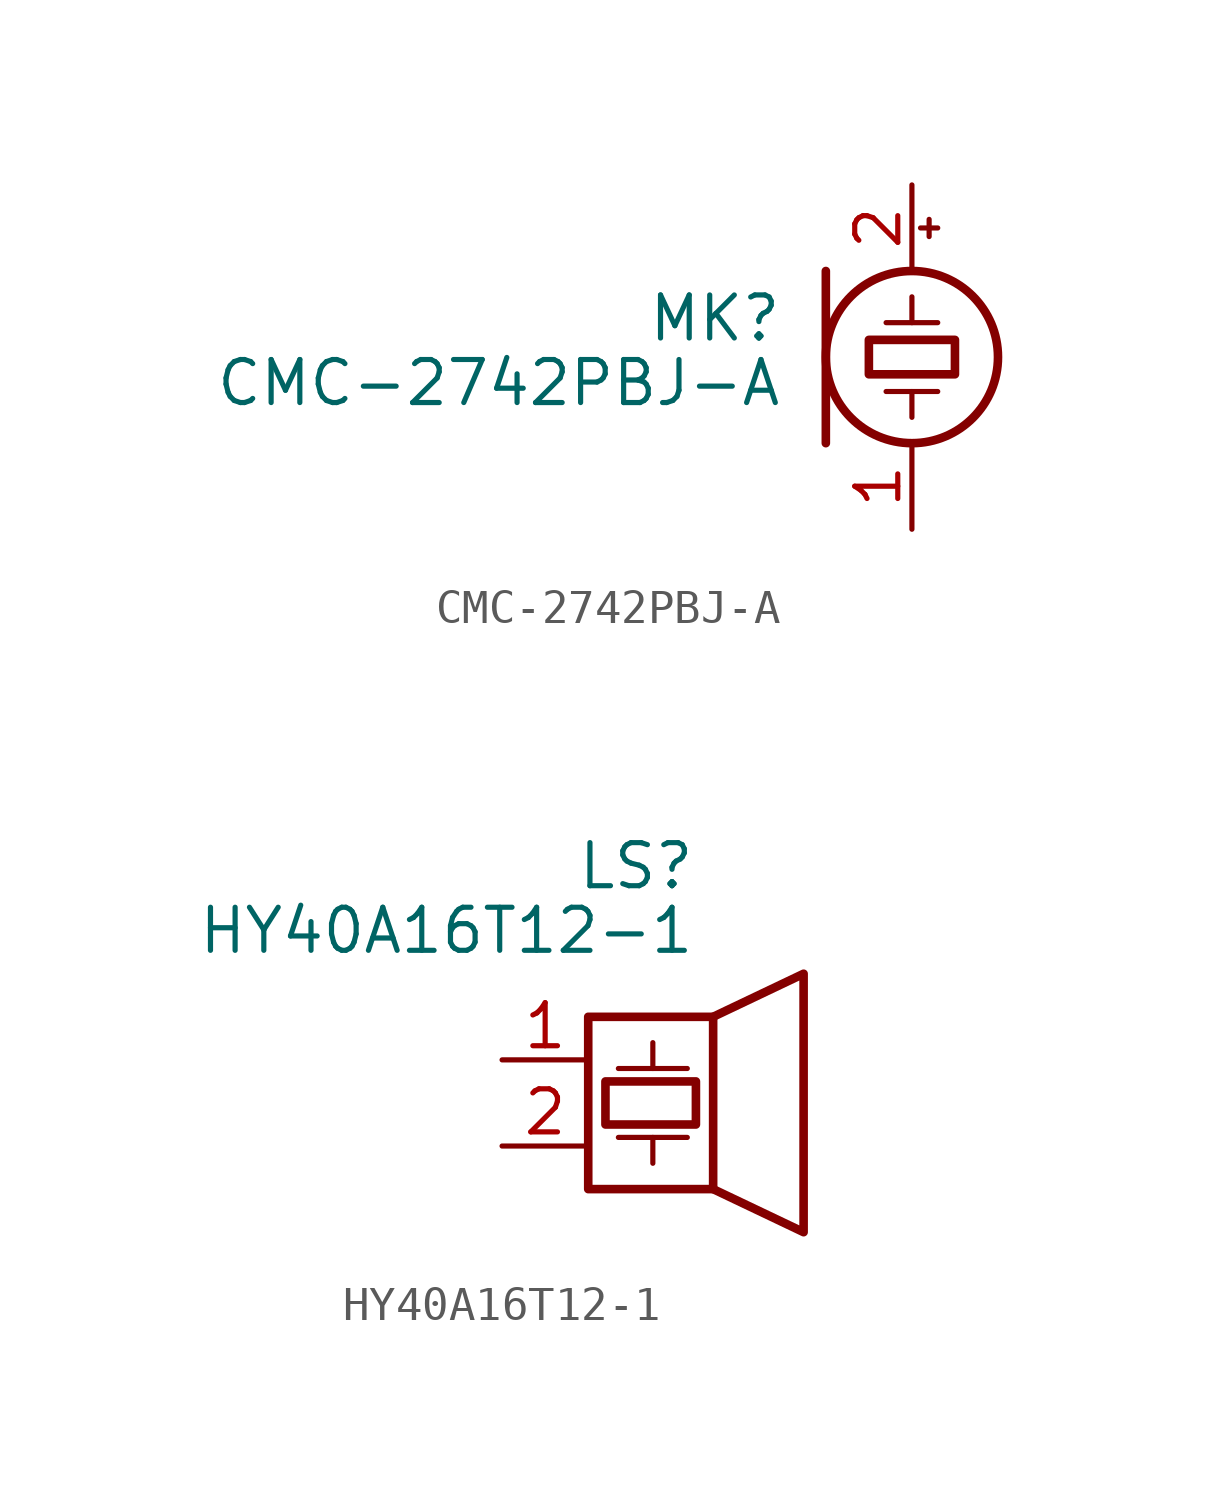
<source format=kicad_sym>
(kicad_symbol_lib
  (version 20241209)
  (generator "kicad_symbol_editor")
  (generator_version "9.0")
  (symbol "CMC-2742PBJ-A"
    (pin_names
      (offset 0.025)
      (hide yes))
    (property "Reference" "MK"
      (at -3.81 1.143 0)
      (effects (font (size 1.27 1.27)) (justify right)))
    (property "Value" "CMC-2742PBJ-A"
      (at -3.81 -0.762 0)
      (effects (font (size 1.27 1.27)) (justify right)))
    (symbol "CMC-2742PBJ-A_0_1"
      (polyline (pts (xy -2.54 2.54) (xy -2.54 -2.54)) (stroke (width 0.254) (type default)) (fill (type none)))
      (rectangle (start -1.27 0.508) (end 1.27 -0.508) (stroke (width 0.254) (type default)) (fill (type none)))
      (polyline (pts (xy -0.762 1.016) (xy 0.762 1.016)) (stroke (width 0) (type default)) (fill (type none)))
      (polyline (pts (xy -0.762 -1.016) (xy 0.762 -1.016)) (stroke (width 0) (type default)) (fill (type none)))
      (polyline (pts (xy 0 1.016) (xy 0 1.778)) (stroke (width 0) (type default)) (fill (type none)))
      (circle (center 0 0) (radius 2.54) (stroke (width 0.254) (type default)) (fill (type none)))
      (polyline (pts (xy 0 -1.016) (xy 0 -1.778)) (stroke (width 0) (type default)) (fill (type none)))
      (polyline (pts (xy 0.254 3.81) (xy 0.762 3.81)) (stroke (width 0) (type default)) (fill (type none)))
      (polyline (pts (xy 0.508 4.064) (xy 0.508 3.556)) (stroke (width 0) (type default)) (fill (type none))))
    (symbol "CMC-2742PBJ-A_1_1"
      (pin passive line (at 0 5.08 270) (length 2.54) (name "+" (effects (font (size 1.27 1.27)))) (number "2" (effects (font (size 1.27 1.27)))))
      (pin passive line (at 0 -5.08 90) (length 2.54) (name "-" (effects (font (size 1.27 1.27)))) (number "1" (effects (font (size 1.27 1.27)))))))
  (symbol "HY40A16T12-1"
    (pin_names
      (offset 0)
      (hide yes))
    (property "Reference" "LS"
      (at 0.635 5.715 0)
      (effects (font (size 1.27 1.27)) (justify right)))
    (property "Value" "HY40A16T12-1"
      (at 0.635 3.81 0)
      (effects (font (size 1.27 1.27)) (justify right)))
    (symbol "HY40A16T12-1_0_0"
      (rectangle (start -2.54 1.27) (end 1.143 -3.81) (stroke (width 0.254) (type default)) (fill (type none)))
      (rectangle (start -2.032 -0.635) (end 0.635 -1.905) (stroke (width 0.254) (type default)) (fill (type none)))
      (polyline (pts (xy -1.651 -0.254) (xy 0.381 -0.254)) (stroke (width 0) (type default)) (fill (type none)))
      (polyline (pts (xy -1.651 -2.286) (xy 0.381 -2.286)) (stroke (width 0) (type default)) (fill (type none)))
      (polyline (pts (xy -0.635 -0.254) (xy -0.635 0.508)) (stroke (width 0) (type default)) (fill (type none)))
      (polyline (pts (xy -0.635 -2.286) (xy -0.635 -3.048)) (stroke (width 0) (type default)) (fill (type none)))
      (polyline (pts (xy 1.143 1.27) (xy 3.81 2.54) (xy 3.81 -5.08) (xy 1.143 -3.81)) (stroke (width 0.254) (type default)) (fill (type none))))
    (symbol "HY40A16T12-1_1_1"
      (pin input line (at -5.08 0 0) (length 2.54) (name "1" (effects (font (size 1.27 1.27)))) (number "1" (effects (font (size 1.27 1.27)))))
      (pin input line (at -5.08 -2.54 0) (length 2.54) (name "2" (effects (font (size 1.27 1.27)))) (number "2" (effects (font (size 1.27 1.27))))))))
</source>
